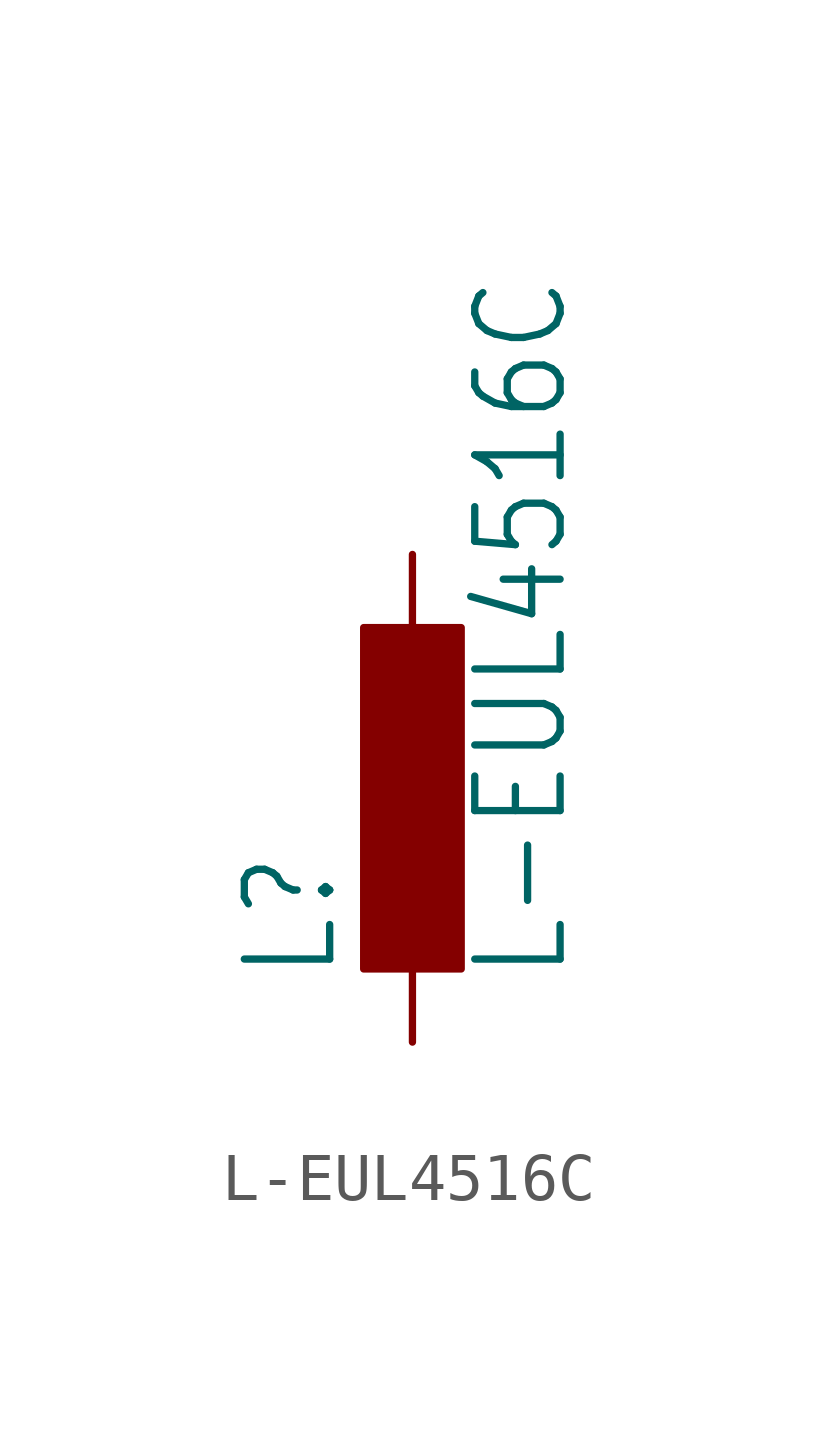
<source format=kicad_sym>
(kicad_symbol_lib
  (version 20211014)
  (generator kicad_symbol_editor)
  (symbol "L-EUL4516C"
    (property "Reference" "L"
      (at -1.499 -3.81 90)
      (effects (font (size 1.778 1.511)) (justify left bottom)))
    (property "Value" "L-EUL4516C"
      (at 3.302 -3.81 90)
      (effects (font (size 1.778 1.511)) (justify left bottom)))
    (property "ki_locked" ""
      (at 0 0 0)
      (effects (font (size 1.27 1.27))))
    (symbol "L-EUL4516C_1_0"
      (rectangle (start -1.016 -3.556) (end 1.016 3.556) (stroke (width 0) (type default) (color 0 0 0 0)) (fill (type outline)))
      (pin passive line (at 0 5.08 270) (length 2.54) (name "1" (effects (font (size 0 0)))) (number "1" (effects (font (size 0 0)))))
      (pin passive line (at 0 -5.08 90) (length 2.54) (name "2" (effects (font (size 0 0)))) (number "2" (effects (font (size 0 0))))))))
</source>
